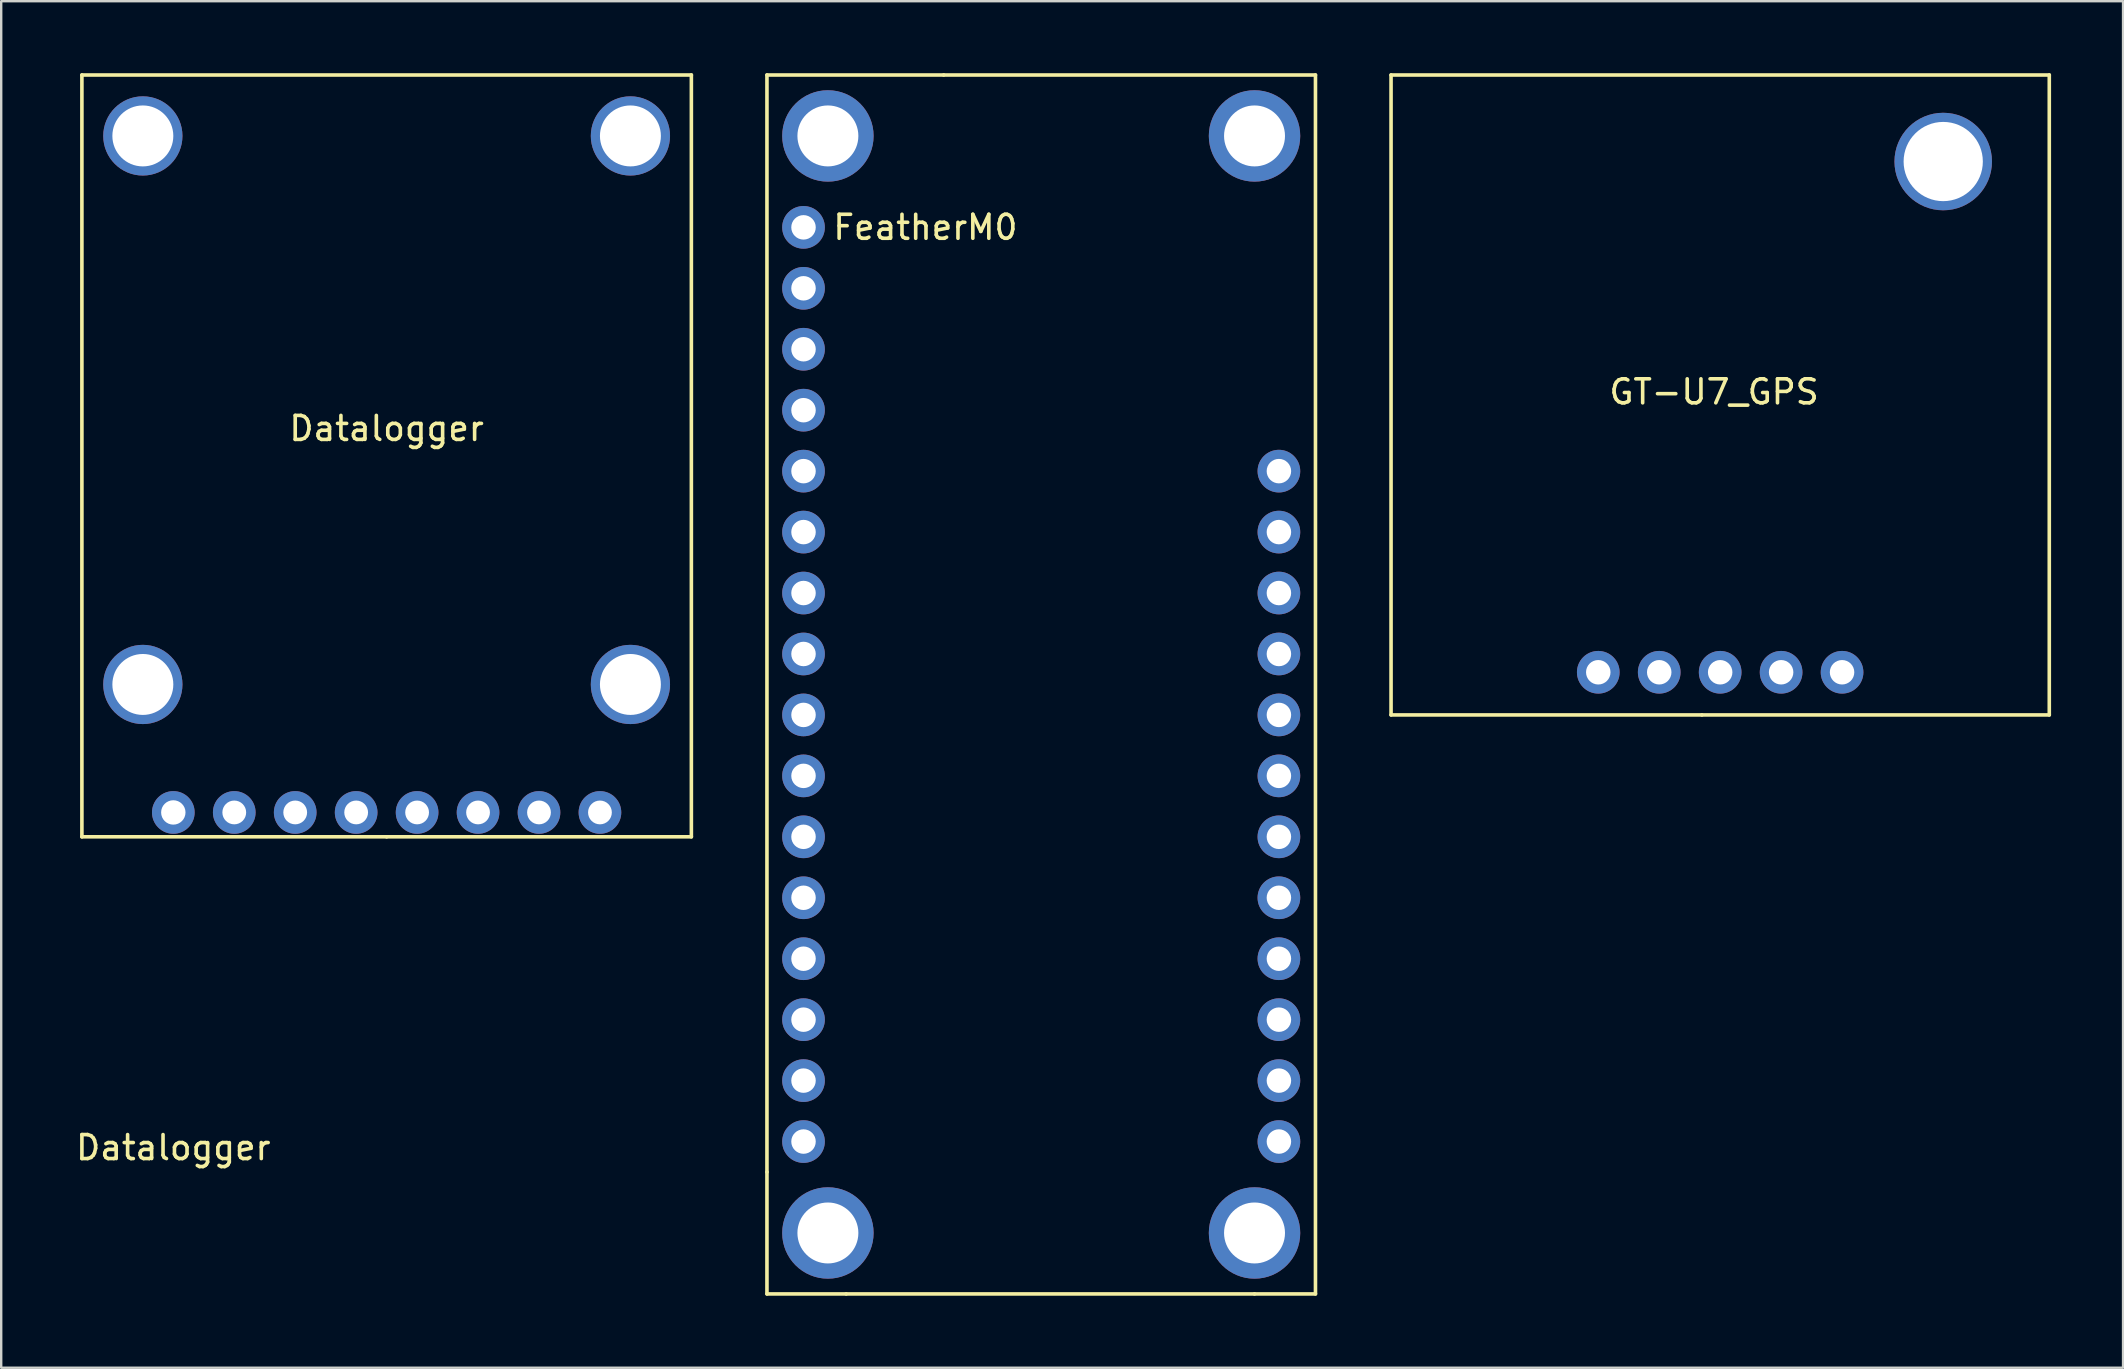
<source format=kicad_pcb>
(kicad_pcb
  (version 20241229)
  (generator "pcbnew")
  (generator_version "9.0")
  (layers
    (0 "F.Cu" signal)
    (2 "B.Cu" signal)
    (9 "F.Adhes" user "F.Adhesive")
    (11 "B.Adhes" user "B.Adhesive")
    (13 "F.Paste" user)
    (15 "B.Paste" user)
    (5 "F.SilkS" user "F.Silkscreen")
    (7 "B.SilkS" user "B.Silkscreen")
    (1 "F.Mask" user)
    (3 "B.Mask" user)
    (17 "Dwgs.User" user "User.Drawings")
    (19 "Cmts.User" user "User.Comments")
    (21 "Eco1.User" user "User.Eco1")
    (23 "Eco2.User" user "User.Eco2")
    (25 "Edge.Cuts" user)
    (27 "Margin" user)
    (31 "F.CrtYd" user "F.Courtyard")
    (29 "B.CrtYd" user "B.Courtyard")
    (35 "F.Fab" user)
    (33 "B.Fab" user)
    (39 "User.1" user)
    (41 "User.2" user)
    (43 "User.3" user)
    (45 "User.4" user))
  (footprint "Datalogger"
    (layer "F.Cu")
    (at 4.173 30.809)
    (property "Reference" "Datalogger" (at 0 13.97 0) (layer "F.SilkS") (effects (font (size 1 1) (thickness 0.15))))
    (attr through_hole)
    (fp_line (start -3.81 -30.734) (end 21.59 -30.734) (stroke (width 0.15) (type solid)) (layer "F.SilkS"))
    (fp_line (start -3.81 1.016) (end -3.81 -30.734) (stroke (width 0.15) (type solid)) (layer "F.SilkS"))
    (fp_line (start 8.89 1.016) (end -3.81 1.016) (stroke (width 0.15) (type solid)) (layer "F.SilkS"))
    (fp_line (start 21.59 -30.734) (end 21.59 1.016) (stroke (width 0.15) (type solid)) (layer "F.SilkS"))
    (fp_line (start 21.59 1.016) (end 8.89 1.016) (stroke (width 0.15) (type solid)) (layer "F.SilkS"))
    (fp_text user "Datalogger" (at 8.89 -16.002 0) (layer "F.SilkS") (effects (font (size 1 1) (thickness 0.15))))
    (pad "" thru_hole circle (at -1.27 -28.194) (size 3.302 3.302) (drill 2.54) (layers "*.Cu" "*.Mask"))
    (pad "" thru_hole circle (at -1.27 -5.334) (size 3.302 3.302) (drill 2.54) (layers "*.Cu" "*.Mask"))
    (pad "" thru_hole circle (at 19.05 -28.194) (size 3.302 3.302) (drill 2.54) (layers "*.Cu" "*.Mask"))
    (pad "" thru_hole circle (at 19.05 -5.334) (size 3.302 3.302) (drill 2.54) (layers "*.Cu" "*.Mask"))
    (pad "1" thru_hole circle (at 0 0) (size 1.778 1.778) (drill 1.016) (layers "*.Cu" "*.Mask"))
    (pad "2" thru_hole circle (at 2.54 0) (size 1.778 1.778) (drill 0.991) (layers "*.Cu" "*.Mask"))
    (pad "3" thru_hole circle (at 5.08 0) (size 1.778 1.778) (drill 0.991) (layers "*.Cu" "*.Mask"))
    (pad "4" thru_hole circle (at 7.62 0) (size 1.778 1.778) (drill 0.991) (layers "*.Cu" "*.Mask"))
    (pad "5" thru_hole circle (at 10.16 0) (size 1.778 1.778) (drill 0.991) (layers "*.Cu" "*.Mask"))
    (pad "6" thru_hole circle (at 12.7 0) (size 1.778 1.778) (drill 0.991) (layers "*.Cu" "*.Mask"))
    (pad "7" thru_hole circle (at 15.24 0) (size 1.778 1.778) (drill 0.991) (layers "*.Cu" "*.Mask"))
    (pad "8" thru_hole circle (at 17.78 0) (size 1.778 1.778) (drill 0.991) (layers "*.Cu" "*.Mask")))
  (footprint "FeatherM0"
    (layer "F.Cu")
    (at 30.437 6.425)
    (property "Reference" "FeatherM0" (at 5.08 0 0) (layer "F.SilkS") (effects (font (size 1 1) (thickness 0.15))))
    (attr through_hole)
    (fp_line (start -1.524 -6.35) (end -1.524 39.37) (stroke (width 0.15) (type solid)) (layer "F.SilkS"))
    (fp_line (start -1.524 -6.35) (end 5.842 -6.35) (stroke (width 0.15) (type solid)) (layer "F.SilkS"))
    (fp_line (start -1.524 44.45) (end -1.524 39.37) (stroke (width 0.15) (type solid)) (layer "F.SilkS"))
    (fp_line (start 1.778 44.45) (end -1.524 44.45) (stroke (width 0.15) (type solid)) (layer "F.SilkS"))
    (fp_line (start 1.778 44.45) (end 18.796 44.45) (stroke (width 0.15) (type solid)) (layer "F.SilkS"))
    (fp_line (start 18.796 44.45) (end 21.336 44.45) (stroke (width 0.15) (type solid)) (layer "F.SilkS"))
    (fp_line (start 21.336 -6.35) (end 5.842 -6.35) (stroke (width 0.15) (type solid)) (layer "F.SilkS"))
    (fp_line (start 21.336 44.45) (end 21.336 -6.35) (stroke (width 0.15) (type solid)) (layer "F.SilkS"))
    (pad "" thru_hole circle (at 1.016 -3.81) (size 3.81 3.81) (drill 2.54) (layers "*.Cu" "*.Mask"))
    (pad "" thru_hole circle (at 1.016 41.91) (size 3.81 3.81) (drill 2.54) (layers "*.Cu" "*.Mask"))
    (pad "" thru_hole circle (at 18.796 -3.81) (size 3.81 3.81) (drill 2.54) (layers "*.Cu" "*.Mask"))
    (pad "" thru_hole circle (at 18.796 41.91) (size 3.81 3.81) (drill 2.54) (layers "*.Cu" "*.Mask"))
    (pad "1" thru_hole circle (at 0 0) (size 1.778 1.778) (drill 1.02) (layers "*.Cu" "*.Mask"))
    (pad "2" thru_hole circle (at 0 2.54) (size 1.778 1.778) (drill 1.02) (layers "*.Cu" "*.Mask"))
    (pad "3" thru_hole circle (at 0 5.08) (size 1.778 1.778) (drill 1.02) (layers "*.Cu" "*.Mask"))
    (pad "4" thru_hole circle (at 0 7.62) (size 1.778 1.778) (drill 1.02) (layers "*.Cu" "*.Mask"))
    (pad "5" thru_hole circle (at 0 10.16) (size 1.778 1.778) (drill 1.02) (layers "*.Cu" "*.Mask"))
    (pad "6" thru_hole circle (at 0 12.7) (size 1.778 1.778) (drill 1.02) (layers "*.Cu" "*.Mask"))
    (pad "7" thru_hole circle (at 0 15.24) (size 1.778 1.778) (drill 1.02) (layers "*.Cu" "*.Mask"))
    (pad "8" thru_hole circle (at 0 17.78) (size 1.778 1.778) (drill 1.02) (layers "*.Cu" "*.Mask"))
    (pad "9" thru_hole circle (at 0 20.32) (size 1.778 1.778) (drill 1.02) (layers "*.Cu" "*.Mask"))
    (pad "10" thru_hole circle (at 0 22.86) (size 1.778 1.778) (drill 1.02) (layers "*.Cu" "*.Mask"))
    (pad "11" thru_hole circle (at 0 25.4) (size 1.778 1.778) (drill 1.02) (layers "*.Cu" "*.Mask"))
    (pad "12" thru_hole circle (at 0 27.94) (size 1.778 1.778) (drill 1.02) (layers "*.Cu" "*.Mask"))
    (pad "13" thru_hole circle (at 0 30.48) (size 1.778 1.778) (drill 1.02) (layers "*.Cu" "*.Mask"))
    (pad "14" thru_hole circle (at 0 33.02) (size 1.778 1.778) (drill 1.02) (layers "*.Cu" "*.Mask"))
    (pad "15" thru_hole circle (at 0 35.56) (size 1.778 1.778) (drill 1.02) (layers "*.Cu" "*.Mask"))
    (pad "16" thru_hole circle (at 0 38.1) (size 1.778 1.778) (drill 1.02) (layers "*.Cu" "*.Mask"))
    (pad "17" thru_hole circle (at 19.812 38.1) (size 1.778 1.778) (drill 1.02) (layers "*.Cu" "*.Mask"))
    (pad "18" thru_hole circle (at 19.812 35.56) (size 1.778 1.778) (drill 1.02) (layers "*.Cu" "*.Mask"))
    (pad "19" thru_hole circle (at 19.812 33.02) (size 1.778 1.778) (drill 1.02) (layers "*.Cu" "*.Mask"))
    (pad "20" thru_hole circle (at 19.812 30.48) (size 1.778 1.778) (drill 1.02) (layers "*.Cu" "*.Mask"))
    (pad "21" thru_hole circle (at 19.812 27.94) (size 1.778 1.778) (drill 1.02) (layers "*.Cu" "*.Mask"))
    (pad "22" thru_hole circle (at 19.812 25.4) (size 1.778 1.778) (drill 1.02) (layers "*.Cu" "*.Mask"))
    (pad "23" thru_hole circle (at 19.812 22.86) (size 1.778 1.778) (drill 1.02) (layers "*.Cu" "*.Mask"))
    (pad "24" thru_hole circle (at 19.812 20.32) (size 1.778 1.778) (drill 1.02) (layers "*.Cu" "*.Mask"))
    (pad "25" thru_hole circle (at 19.812 17.78) (size 1.778 1.778) (drill 1.02) (layers "*.Cu" "*.Mask"))
    (pad "26" thru_hole circle (at 19.812 15.24) (size 1.778 1.778) (drill 1.02) (layers "*.Cu" "*.Mask"))
    (pad "27" thru_hole circle (at 19.812 12.7) (size 1.778 1.778) (drill 1.02) (layers "*.Cu" "*.Mask"))
    (pad "28" thru_hole circle (at 19.812 10.16) (size 1.778 1.778) (drill 1.02) (layers "*.Cu" "*.Mask")))
  (footprint "GT-U7_GPS"
    (layer "F.Cu")
    (at 62.797 24.713)
    (property "Reference" "GT-U7_GPS" (at 5.588 -11.43 0) (layer "F.SilkS") (effects (font (size 1 1) (thickness 0.15))))
    (attr through_hole)
    (fp_line (start -7.874 -24.638) (end 19.558 -24.638) (stroke (width 0.15) (type solid)) (layer "F.SilkS"))
    (fp_line (start -7.874 2.032) (end -7.874 -24.638) (stroke (width 0.15) (type solid)) (layer "F.SilkS"))
    (fp_line (start 5.08 2.032) (end -7.874 2.032) (stroke (width 0.15) (type solid)) (layer "F.SilkS"))
    (fp_line (start 19.558 -24.638) (end 19.558 2.032) (stroke (width 0.15) (type solid)) (layer "F.SilkS"))
    (fp_line (start 19.558 2.032) (end 5.08 2.032) (stroke (width 0.15) (type solid)) (layer "F.SilkS"))
    (pad "" thru_hole circle (at 15.138 -21.031) (size 4.064 4.064) (drill 3.302) (layers "*.Cu" "*.Mask"))
    (pad "1" thru_hole circle (at 0.762 0.254) (size 1.778 1.778) (drill 1.02) (layers "*.Cu" "*.Mask"))
    (pad "2" thru_hole circle (at 3.302 0.254) (size 1.778 1.778) (drill 1.02) (layers "*.Cu" "*.Mask"))
    (pad "3" thru_hole circle (at 5.842 0.254) (size 1.778 1.778) (drill 1.02) (layers "*.Cu" "*.Mask"))
    (pad "4" thru_hole circle (at 8.382 0.254) (size 1.778 1.778) (drill 1.02) (layers "*.Cu" "*.Mask"))
    (pad "5" thru_hole circle (at 10.922 0.254) (size 1.778 1.778) (drill 1.02) (layers "*.Cu" "*.Mask")))
  (gr_rect
    (start -3 -3)
    (end 85.43 53.95)
    (stroke (width 0.1) (type default))
    (fill no)
    (layer "Edge.Cuts")))
</source>
